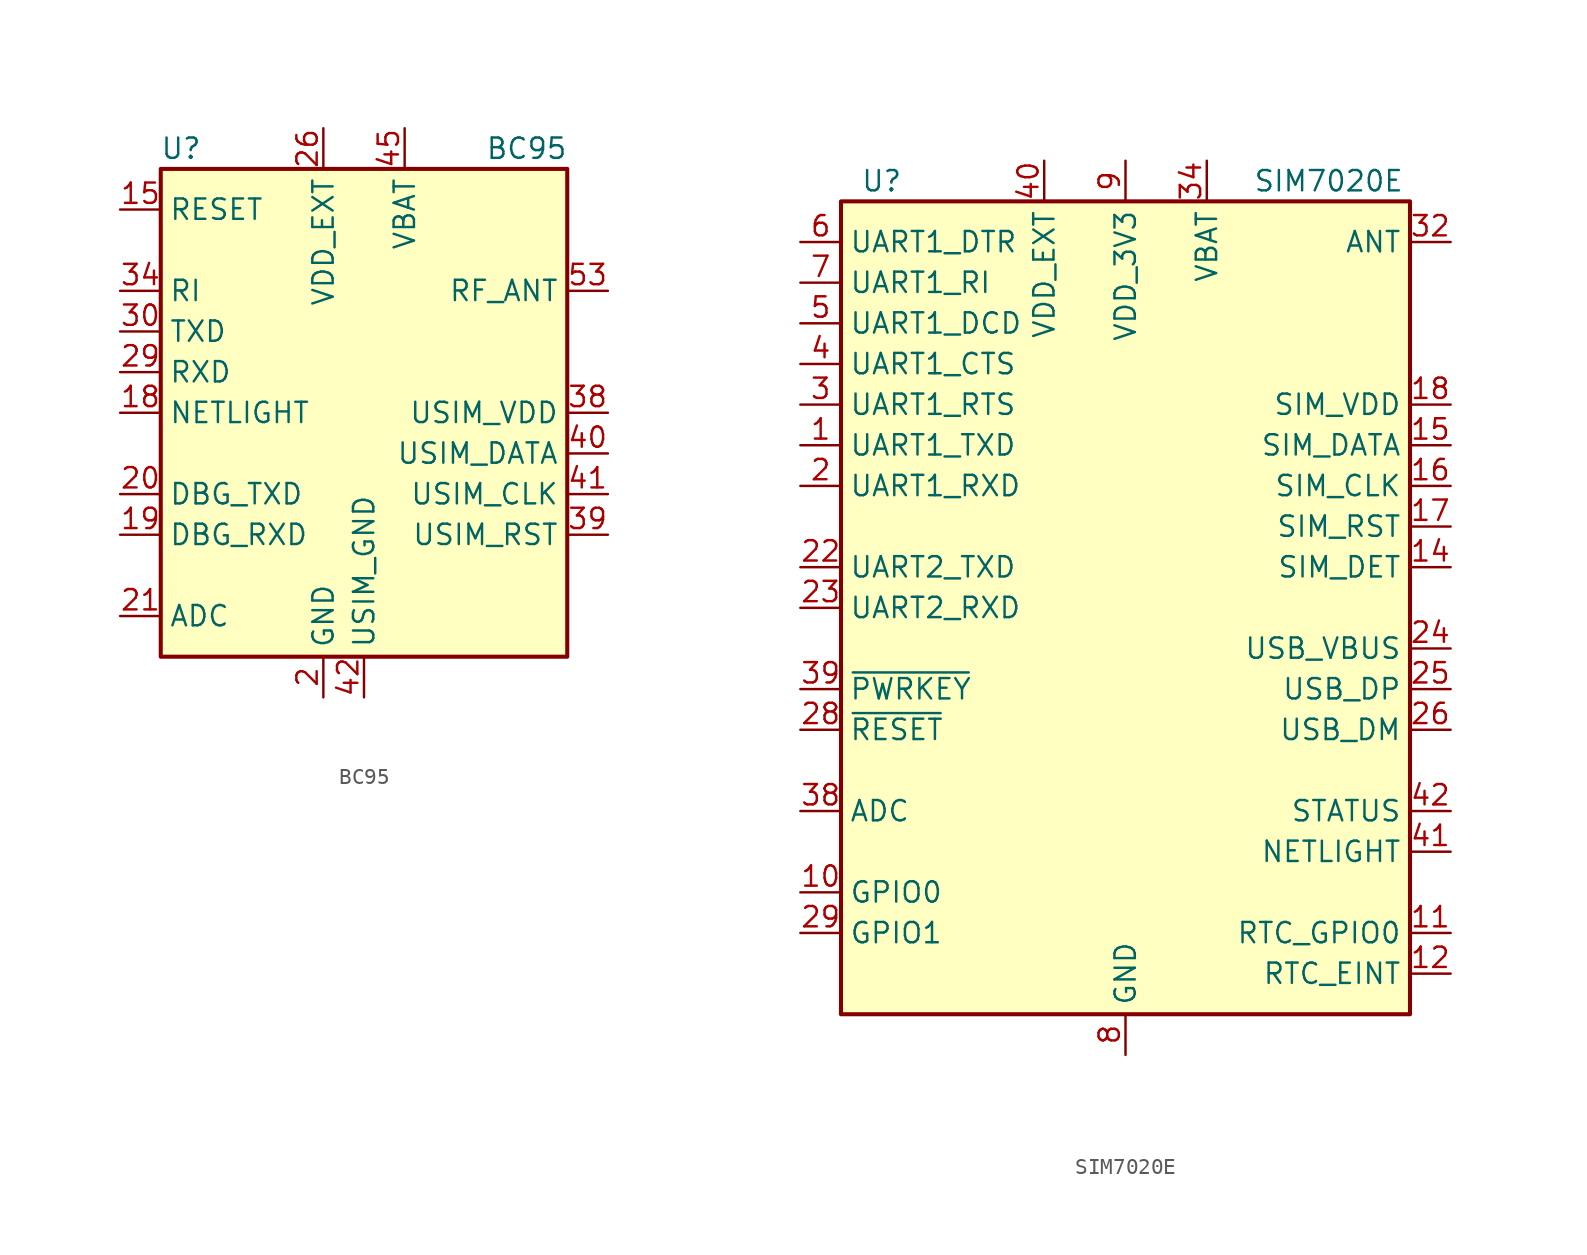
<source format=kicad_sym>
(kicad_symbol_lib
  (version 20201005)
  (generator kicad_symbol_editor)
  (symbol "RF_GSM:BC95"
    (property "Reference" "U"
      (at -11.43 16.51 0)
      (effects (font (size 1.27 1.27))))
    (property "Value" "BC95"
      (at 10.16 16.51 0)
      (effects (font (size 1.27 1.27))))
    (symbol "BC95_0_1"
      (rectangle (start -12.7 15.24) (end 12.7 -15.24) (stroke (width 0.254)) (fill (type background))))
    (symbol "BC95_1_1"
      (pin input line (at -15.24 12.7 0) (length 2.54) (name "RESET" (effects (font (size 1.27 1.27)))) (number "15" (effects (font (size 1.27 1.27)))))
      (pin output line (at -15.24 0 0) (length 2.54) (name "NETLIGHT" (effects (font (size 1.27 1.27)))) (number "18" (effects (font (size 1.27 1.27)))))
      (pin input line (at -15.24 -7.62 0) (length 2.54) (name "DBG_RXD" (effects (font (size 1.27 1.27)))) (number "19" (effects (font (size 1.27 1.27)))))
      (pin power_in line (at -2.54 -17.78 90) (length 2.54) (name "GND" (effects (font (size 1.27 1.27)))) (number "2" (effects (font (size 1.27 1.27)))))
      (pin output line (at -15.24 -5.08 0) (length 2.54) (name "DBG_TXD" (effects (font (size 1.27 1.27)))) (number "20" (effects (font (size 1.27 1.27)))))
      (pin input line (at -15.24 -12.7 0) (length 2.54) (name "ADC" (effects (font (size 1.27 1.27)))) (number "21" (effects (font (size 1.27 1.27)))))
      (pin power_out line (at -2.54 17.78 270) (length 2.54) (name "VDD_EXT" (effects (font (size 1.27 1.27)))) (number "26" (effects (font (size 1.27 1.27)))))
      (pin input line (at -15.24 2.54 0) (length 2.54) (name "RXD" (effects (font (size 1.27 1.27)))) (number "29" (effects (font (size 1.27 1.27)))))
      (pin output line (at -15.24 5.08 0) (length 2.54) (name "TXD" (effects (font (size 1.27 1.27)))) (number "30" (effects (font (size 1.27 1.27)))))
      (pin output line (at -15.24 7.62 0) (length 2.54) (name "RI" (effects (font (size 1.27 1.27)))) (number "34" (effects (font (size 1.27 1.27)))))
      (pin power_out line (at 15.24 0 180) (length 2.54) (name "USIM_VDD" (effects (font (size 1.27 1.27)))) (number "38" (effects (font (size 1.27 1.27)))))
      (pin output line (at 15.24 -7.62 180) (length 2.54) (name "USIM_RST" (effects (font (size 1.27 1.27)))) (number "39" (effects (font (size 1.27 1.27)))))
      (pin bidirectional line (at 15.24 -2.54 180) (length 2.54) (name "USIM_DATA" (effects (font (size 1.27 1.27)))) (number "40" (effects (font (size 1.27 1.27)))))
      (pin output line (at 15.24 -5.08 180) (length 2.54) (name "USIM_CLK" (effects (font (size 1.27 1.27)))) (number "41" (effects (font (size 1.27 1.27)))))
      (pin power_in line (at 0 -17.78 90) (length 2.54) (name "USIM_GND" (effects (font (size 1.27 1.27)))) (number "42" (effects (font (size 1.27 1.27)))))
      (pin passive line (at -2.54 -17.78 90) (length 2.54) hide (name "GND" (effects (font (size 1.27 1.27)))) (number "43" (effects (font (size 1.27 1.27)))))
      (pin power_in line (at 2.54 17.78 270) (length 2.54) (name "VBAT" (effects (font (size 1.27 1.27)))) (number "45" (effects (font (size 1.27 1.27)))))
      (pin passive line (at 2.54 17.78 270) (length 2.54) hide (name "VBAT" (effects (font (size 1.27 1.27)))) (number "46" (effects (font (size 1.27 1.27)))))
      (pin passive line (at -2.54 -17.78 90) (length 2.54) hide (name "GND" (effects (font (size 1.27 1.27)))) (number "47" (effects (font (size 1.27 1.27)))))
      (pin passive line (at -2.54 -17.78 90) (length 2.54) hide (name "GND" (effects (font (size 1.27 1.27)))) (number "48" (effects (font (size 1.27 1.27)))))
      (pin passive line (at -2.54 -17.78 90) (length 2.54) hide (name "GND" (effects (font (size 1.27 1.27)))) (number "51" (effects (font (size 1.27 1.27)))))
      (pin passive line (at -2.54 -17.78 90) (length 2.54) hide (name "GND" (effects (font (size 1.27 1.27)))) (number "52" (effects (font (size 1.27 1.27)))))
      (pin passive line (at 15.24 7.62 180) (length 2.54) (name "RF_ANT" (effects (font (size 1.27 1.27)))) (number "53" (effects (font (size 1.27 1.27)))))
      (pin passive line (at -2.54 -17.78 90) (length 2.54) hide (name "GND" (effects (font (size 1.27 1.27)))) (number "54" (effects (font (size 1.27 1.27)))))
      (pin passive line (at -2.54 -17.78 90) (length 2.54) hide (name "GND" (effects (font (size 1.27 1.27)))) (number "59" (effects (font (size 1.27 1.27)))))
      (pin passive line (at -2.54 -17.78 90) (length 2.54) hide (name "GND" (effects (font (size 1.27 1.27)))) (number "60" (effects (font (size 1.27 1.27)))))
      (pin passive line (at -2.54 -17.78 90) (length 2.54) hide (name "GND" (effects (font (size 1.27 1.27)))) (number "61" (effects (font (size 1.27 1.27)))))
      (pin passive line (at -2.54 -17.78 90) (length 2.54) hide (name "GND" (effects (font (size 1.27 1.27)))) (number "62" (effects (font (size 1.27 1.27)))))
      (pin passive line (at -2.54 -17.78 90) (length 2.54) hide (name "GND" (effects (font (size 1.27 1.27)))) (number "63" (effects (font (size 1.27 1.27)))))
      (pin passive line (at -2.54 -17.78 90) (length 2.54) hide (name "GND" (effects (font (size 1.27 1.27)))) (number "64" (effects (font (size 1.27 1.27)))))
      (pin passive line (at -2.54 -17.78 90) (length 2.54) hide (name "GND" (effects (font (size 1.27 1.27)))) (number "65" (effects (font (size 1.27 1.27)))))
      (pin passive line (at -2.54 -17.78 90) (length 2.54) hide (name "GND" (effects (font (size 1.27 1.27)))) (number "66" (effects (font (size 1.27 1.27)))))
      (pin passive line (at -2.54 -17.78 90) (length 2.54) hide (name "GND" (effects (font (size 1.27 1.27)))) (number "71" (effects (font (size 1.27 1.27)))))
      (pin passive line (at -2.54 -17.78 90) (length 2.54) hide (name "GND" (effects (font (size 1.27 1.27)))) (number "72" (effects (font (size 1.27 1.27)))))
      (pin passive line (at -2.54 -17.78 90) (length 2.54) hide (name "GND" (effects (font (size 1.27 1.27)))) (number "73" (effects (font (size 1.27 1.27)))))
      (pin passive line (at -2.54 -17.78 90) (length 2.54) hide (name "GND" (effects (font (size 1.27 1.27)))) (number "74" (effects (font (size 1.27 1.27)))))
      (pin passive line (at -2.54 -17.78 90) (length 2.54) hide (name "GND" (effects (font (size 1.27 1.27)))) (number "81" (effects (font (size 1.27 1.27)))))
      (pin passive line (at -2.54 -17.78 90) (length 2.54) hide (name "GND" (effects (font (size 1.27 1.27)))) (number "82" (effects (font (size 1.27 1.27)))))
      (pin passive line (at -2.54 -17.78 90) (length 2.54) hide (name "GND" (effects (font (size 1.27 1.27)))) (number "83" (effects (font (size 1.27 1.27)))))
      (pin passive line (at -2.54 -17.78 90) (length 2.54) hide (name "GND" (effects (font (size 1.27 1.27)))) (number "92" (effects (font (size 1.27 1.27)))))
      (pin passive line (at -2.54 -17.78 90) (length 2.54) hide (name "GND" (effects (font (size 1.27 1.27)))) (number "93" (effects (font (size 1.27 1.27)))))
      (pin passive line (at -2.54 -17.78 90) (length 2.54) hide (name "GND" (effects (font (size 1.27 1.27)))) (number "94" (effects (font (size 1.27 1.27)))))))
  (symbol "RF_GSM:SIM7020E"
    (property "Reference" "U"
      (at -15.24 26.67 0)
      (effects (font (size 1.27 1.27))))
    (property "Value" "SIM7020E"
      (at 12.7 26.67 0)
      (effects (font (size 1.27 1.27))))
    (symbol "SIM7020E_0_1"
      (rectangle (start -17.78 25.4) (end 17.78 -25.4) (stroke (width 0.254)) (fill (type background))))
    (symbol "SIM7020E_1_1"
      (pin output line (at -20.32 10.16 0) (length 2.54) (name "UART1_TXD" (effects (font (size 1.27 1.27)))) (number "1" (effects (font (size 1.27 1.27)))))
      (pin bidirectional line (at -20.32 -17.78 0) (length 2.54) (name "GPIO0" (effects (font (size 1.27 1.27)))) (number "10" (effects (font (size 1.27 1.27)))))
      (pin output line (at 20.32 -20.32 180) (length 2.54) (name "RTC_GPIO0" (effects (font (size 1.27 1.27)))) (number "11" (effects (font (size 1.27 1.27)))))
      (pin input line (at 20.32 -22.86 180) (length 2.54) (name "RTC_EINT" (effects (font (size 1.27 1.27)))) (number "12" (effects (font (size 1.27 1.27)))))
      (pin passive line (at 0 -27.94 90) (length 2.54) hide (name "GND" (effects (font (size 1.27 1.27)))) (number "13" (effects (font (size 1.27 1.27)))))
      (pin input line (at 20.32 2.54 180) (length 2.54) (name "SIM_DET" (effects (font (size 1.27 1.27)))) (number "14" (effects (font (size 1.27 1.27)))))
      (pin bidirectional line (at 20.32 10.16 180) (length 2.54) (name "SIM_DATA" (effects (font (size 1.27 1.27)))) (number "15" (effects (font (size 1.27 1.27)))))
      (pin output line (at 20.32 7.62 180) (length 2.54) (name "SIM_CLK" (effects (font (size 1.27 1.27)))) (number "16" (effects (font (size 1.27 1.27)))))
      (pin output line (at 20.32 5.08 180) (length 2.54) (name "SIM_RST" (effects (font (size 1.27 1.27)))) (number "17" (effects (font (size 1.27 1.27)))))
      (pin power_out line (at 20.32 12.7 180) (length 2.54) (name "SIM_VDD" (effects (font (size 1.27 1.27)))) (number "18" (effects (font (size 1.27 1.27)))))
      (pin passive line (at 0 -27.94 90) (length 2.54) hide (name "GND" (effects (font (size 1.27 1.27)))) (number "19" (effects (font (size 1.27 1.27)))))
      (pin input line (at -20.32 7.62 0) (length 2.54) (name "UART1_RXD" (effects (font (size 1.27 1.27)))) (number "2" (effects (font (size 1.27 1.27)))))
      (pin no_connect line (at 17.78 17.78 180) (length 2.54) hide (name "NC" (effects (font (size 1.27 1.27)))) (number "20" (effects (font (size 1.27 1.27)))))
      (pin passive line (at 0 -27.94 90) (length 2.54) hide (name "GND" (effects (font (size 1.27 1.27)))) (number "21" (effects (font (size 1.27 1.27)))))
      (pin output line (at -20.32 2.54 0) (length 2.54) (name "UART2_TXD" (effects (font (size 1.27 1.27)))) (number "22" (effects (font (size 1.27 1.27)))))
      (pin input line (at -20.32 0 0) (length 2.54) (name "UART2_RXD" (effects (font (size 1.27 1.27)))) (number "23" (effects (font (size 1.27 1.27)))))
      (pin input line (at 20.32 -2.54 180) (length 2.54) (name "USB_VBUS" (effects (font (size 1.27 1.27)))) (number "24" (effects (font (size 1.27 1.27)))))
      (pin bidirectional line (at 20.32 -5.08 180) (length 2.54) (name "USB_DP" (effects (font (size 1.27 1.27)))) (number "25" (effects (font (size 1.27 1.27)))))
      (pin bidirectional line (at 20.32 -7.62 180) (length 2.54) (name "USB_DM" (effects (font (size 1.27 1.27)))) (number "26" (effects (font (size 1.27 1.27)))))
      (pin passive line (at 0 -27.94 90) (length 2.54) hide (name "GND" (effects (font (size 1.27 1.27)))) (number "27" (effects (font (size 1.27 1.27)))))
      (pin input line (at -20.32 -7.62 0) (length 2.54) (name "~RESET" (effects (font (size 1.27 1.27)))) (number "28" (effects (font (size 1.27 1.27)))))
      (pin bidirectional line (at -20.32 -20.32 0) (length 2.54) (name "GPIO1" (effects (font (size 1.27 1.27)))) (number "29" (effects (font (size 1.27 1.27)))))
      (pin input line (at -20.32 12.7 0) (length 2.54) (name "UART1_RTS" (effects (font (size 1.27 1.27)))) (number "3" (effects (font (size 1.27 1.27)))))
      (pin passive line (at 0 -27.94 90) (length 2.54) hide (name "GND" (effects (font (size 1.27 1.27)))) (number "30" (effects (font (size 1.27 1.27)))))
      (pin passive line (at 0 -27.94 90) (length 2.54) hide (name "GND" (effects (font (size 1.27 1.27)))) (number "31" (effects (font (size 1.27 1.27)))))
      (pin passive line (at 20.32 22.86 180) (length 2.54) (name "ANT" (effects (font (size 1.27 1.27)))) (number "32" (effects (font (size 1.27 1.27)))))
      (pin passive line (at 0 -27.94 90) (length 2.54) hide (name "GND" (effects (font (size 1.27 1.27)))) (number "33" (effects (font (size 1.27 1.27)))))
      (pin power_in line (at 5.08 27.94 270) (length 2.54) (name "VBAT" (effects (font (size 1.27 1.27)))) (number "34" (effects (font (size 1.27 1.27)))))
      (pin passive line (at 5.08 27.94 270) (length 2.54) hide (name "VBAT" (effects (font (size 1.27 1.27)))) (number "35" (effects (font (size 1.27 1.27)))))
      (pin passive line (at 0 -27.94 90) (length 2.54) hide (name "GND" (effects (font (size 1.27 1.27)))) (number "36" (effects (font (size 1.27 1.27)))))
      (pin passive line (at 0 -27.94 90) (length 2.54) hide (name "GND" (effects (font (size 1.27 1.27)))) (number "37" (effects (font (size 1.27 1.27)))))
      (pin input line (at -20.32 -12.7 0) (length 2.54) (name "ADC" (effects (font (size 1.27 1.27)))) (number "38" (effects (font (size 1.27 1.27)))))
      (pin input line (at -20.32 -5.08 0) (length 2.54) (name "~PWRKEY" (effects (font (size 1.27 1.27)))) (number "39" (effects (font (size 1.27 1.27)))))
      (pin output line (at -20.32 15.24 0) (length 2.54) (name "UART1_CTS" (effects (font (size 1.27 1.27)))) (number "4" (effects (font (size 1.27 1.27)))))
      (pin power_out line (at -5.08 27.94 270) (length 2.54) (name "VDD_EXT" (effects (font (size 1.27 1.27)))) (number "40" (effects (font (size 1.27 1.27)))))
      (pin output line (at 20.32 -15.24 180) (length 2.54) (name "NETLIGHT" (effects (font (size 1.27 1.27)))) (number "41" (effects (font (size 1.27 1.27)))))
      (pin output line (at 20.32 -12.7 180) (length 2.54) (name "STATUS" (effects (font (size 1.27 1.27)))) (number "42" (effects (font (size 1.27 1.27)))))
      (pin output line (at -20.32 17.78 0) (length 2.54) (name "UART1_DCD" (effects (font (size 1.27 1.27)))) (number "5" (effects (font (size 1.27 1.27)))))
      (pin input line (at -20.32 22.86 0) (length 2.54) (name "UART1_DTR" (effects (font (size 1.27 1.27)))) (number "6" (effects (font (size 1.27 1.27)))))
      (pin output line (at -20.32 20.32 0) (length 2.54) (name "UART1_RI" (effects (font (size 1.27 1.27)))) (number "7" (effects (font (size 1.27 1.27)))))
      (pin power_in line (at 0 -27.94 90) (length 2.54) (name "GND" (effects (font (size 1.27 1.27)))) (number "8" (effects (font (size 1.27 1.27)))))
      (pin power_out line (at 0 27.94 270) (length 2.54) (name "VDD_3V3" (effects (font (size 1.27 1.27)))) (number "9" (effects (font (size 1.27 1.27))))))))
</source>
